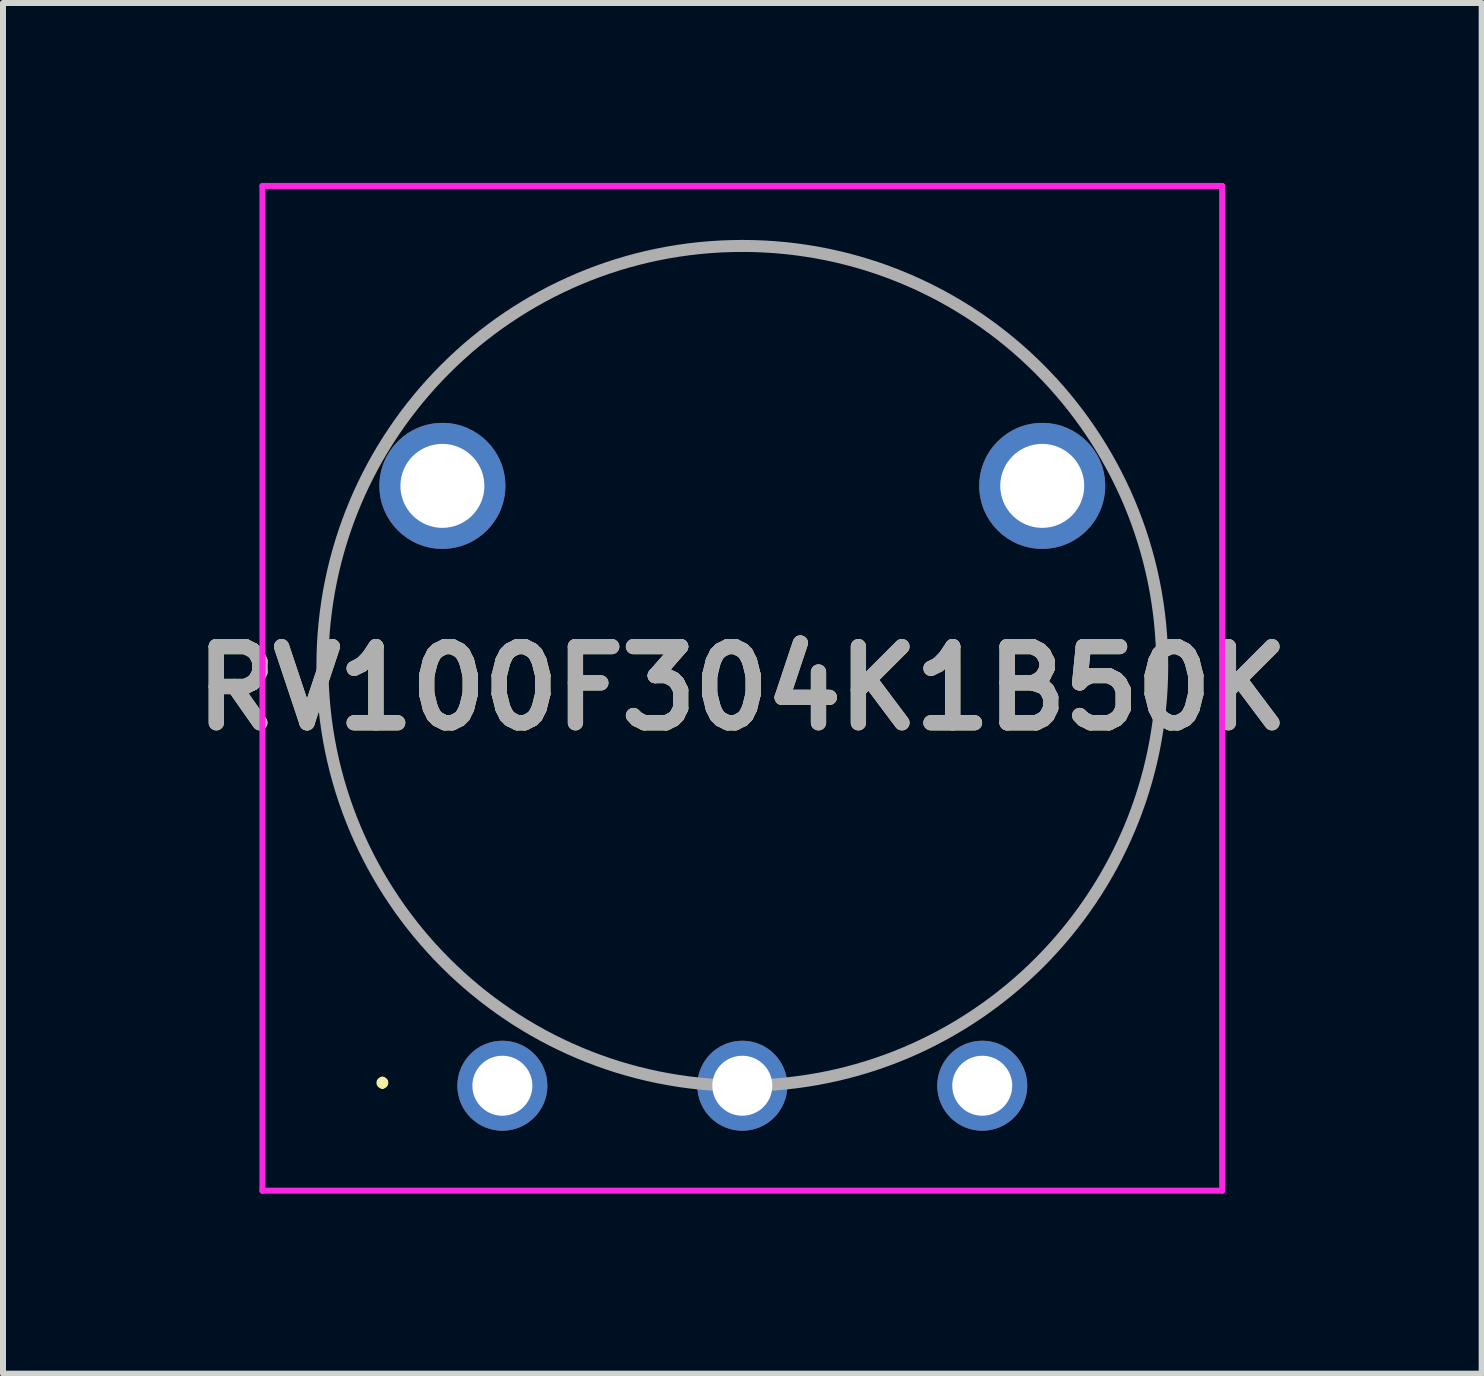
<source format=kicad_pcb>
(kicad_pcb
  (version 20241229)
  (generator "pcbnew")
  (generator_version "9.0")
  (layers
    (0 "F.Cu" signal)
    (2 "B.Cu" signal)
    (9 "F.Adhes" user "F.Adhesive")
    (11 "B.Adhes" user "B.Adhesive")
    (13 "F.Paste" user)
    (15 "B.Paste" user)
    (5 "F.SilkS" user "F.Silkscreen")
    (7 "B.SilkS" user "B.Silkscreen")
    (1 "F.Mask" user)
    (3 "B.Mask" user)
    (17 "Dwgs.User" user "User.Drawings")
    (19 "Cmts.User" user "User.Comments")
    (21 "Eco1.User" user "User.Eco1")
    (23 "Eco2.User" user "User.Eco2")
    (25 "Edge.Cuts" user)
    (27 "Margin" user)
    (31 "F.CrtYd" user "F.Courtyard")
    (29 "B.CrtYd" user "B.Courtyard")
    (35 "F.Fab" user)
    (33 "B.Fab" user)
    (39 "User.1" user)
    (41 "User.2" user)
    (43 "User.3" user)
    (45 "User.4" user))
  (footprint "RV100F304K1B50K"
    (layer "F.Cu")
    (at 5.325 15.05)
    (property "Reference" "RV100F304K1B50K" (at 4 -6.625 0) (layer "F.SilkS") (effects (font (size 1.27 1.27) (thickness 0.254))))
    (attr through_hole)
    (fp_line (start -2 -0.1) (end -2 -0.1) (stroke (width 0.1) (type solid)) (layer "F.SilkS"))
    (fp_line (start -2 0) (end -2 0) (stroke (width 0.1) (type solid)) (layer "F.SilkS"))
    (fp_arc (start -2 -0.1) (mid -1.95 -0.05) (end -2 0) (stroke (width 0.1) (type solid)) (layer "F.SilkS"))
    (fp_arc (start -2 0) (mid -2.05 -0.05) (end -2 -0.1) (stroke (width 0.1) (type solid)) (layer "F.SilkS"))
    (fp_line (start -4 -15) (end 12 -15) (stroke (width 0.1) (type solid)) (layer "F.CrtYd"))
    (fp_line (start -4 1.75) (end -4 -15) (stroke (width 0.1) (type solid)) (layer "F.CrtYd"))
    (fp_line (start 12 -15) (end 12 1.75) (stroke (width 0.1) (type solid)) (layer "F.CrtYd"))
    (fp_line (start 12 1.75) (end -4 1.75) (stroke (width 0.1) (type solid)) (layer "F.CrtYd"))
    (fp_line (start 4 -14) (end 4 -14) (stroke (width 0.2) (type solid)) (layer "F.Fab"))
    (fp_line (start 4 0) (end 4 0) (stroke (width 0.2) (type solid)) (layer "F.Fab"))
    (fp_arc (start 4 -14) (mid 11 -7) (end 4 0) (stroke (width 0.2) (type solid)) (layer "F.Fab"))
    (fp_arc (start 4 0) (mid -3 -7) (end 4 -14) (stroke (width 0.2) (type solid)) (layer "F.Fab"))
    (fp_text user "${REFERENCE}" (at 4 -6.625 0) (layer "F.Fab") (effects (font (size 1.27 1.27) (thickness 0.254))))
    (pad "1" thru_hole circle (at 0 0) (size 1.5 1.5) (drill 1) (layers "*.Cu" "*.Mask"))
    (pad "2" thru_hole circle (at 4 0) (size 1.5 1.5) (drill 1) (layers "*.Cu" "*.Mask"))
    (pad "3" thru_hole circle (at 8 0) (size 1.5 1.5) (drill 1) (layers "*.Cu" "*.Mask"))
    (pad "MH1" thru_hole circle (at -1 -10) (size 2.1 2.1) (drill 1.4) (layers "*.Cu" "*.Mask"))
    (pad "MH2" thru_hole circle (at 9 -10) (size 2.1 2.1) (drill 1.4) (layers "*.Cu" "*.Mask")))
  (gr_rect
    (start -3 -3)
    (end 21.651 19.85)
    (stroke (width 0.1) (type default))
    (fill no)
    (layer "Edge.Cuts")))
</source>
